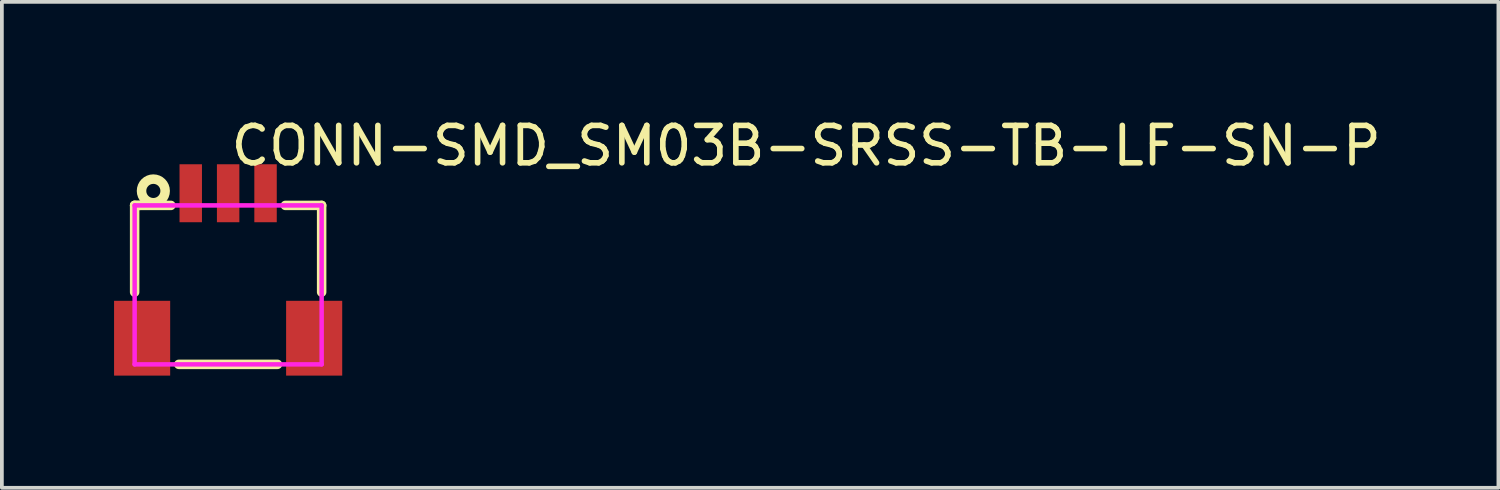
<source format=kicad_pcb>
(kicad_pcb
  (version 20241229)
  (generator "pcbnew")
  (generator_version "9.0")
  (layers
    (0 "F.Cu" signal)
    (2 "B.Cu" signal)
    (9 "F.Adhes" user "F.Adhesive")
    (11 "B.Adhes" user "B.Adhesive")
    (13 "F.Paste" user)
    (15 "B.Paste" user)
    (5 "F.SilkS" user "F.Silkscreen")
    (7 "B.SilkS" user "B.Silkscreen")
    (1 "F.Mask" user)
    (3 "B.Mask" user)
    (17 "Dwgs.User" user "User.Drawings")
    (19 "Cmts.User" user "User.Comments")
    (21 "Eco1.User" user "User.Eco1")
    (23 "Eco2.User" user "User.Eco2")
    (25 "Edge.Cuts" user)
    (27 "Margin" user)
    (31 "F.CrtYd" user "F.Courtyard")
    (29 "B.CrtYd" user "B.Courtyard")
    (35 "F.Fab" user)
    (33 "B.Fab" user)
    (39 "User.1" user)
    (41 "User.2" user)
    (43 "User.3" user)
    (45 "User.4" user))
  (footprint "CONN-SMD_SM03B-SRSS-TB-LF-SN-P"
    (layer "F.Cu")
    (at 3.05 4.055)
    (property "Reference" "CONN-SMD_SM03B-SRSS-TB-LF-SN-P" (at 0 -3.207 0) (layer "F.SilkS") (effects (font (size 1 1) (thickness 0.15)) (justify left)))
    (attr through_hole)
    (fp_line (start -2.5 -1.613) (end -2.5 0.706) (stroke (width 0.254) (type solid)) (layer "F.SilkS"))
    (fp_line (start -2.5 -1.613) (end -1.531 -1.613) (stroke (width 0.254) (type solid)) (layer "F.SilkS"))
    (fp_line (start -2.37 -1.613) (end -2.5 -1.613) (stroke (width 0.254) (type solid)) (layer "F.SilkS"))
    (fp_line (start -1.319 2.637) (end 1.319 2.637) (stroke (width 0.254) (type solid)) (layer "F.SilkS"))
    (fp_line (start 1.531 -1.613) (end 2.5 -1.613) (stroke (width 0.254) (type solid)) (layer "F.SilkS"))
    (fp_line (start 2.5 -1.613) (end 2.5 0.706) (stroke (width 0.254) (type solid)) (layer "F.SilkS"))
    (fp_circle (center -2 -2) (end -1.684 -2) (stroke (width 0.254) (type solid)) (fill no) (layer "F.SilkS"))
    (fp_circle (center -2.5 -2.313) (end -2.47 -2.313) (stroke (width 0.06) (type solid)) (fill no) (layer "Eco2.User"))
    (fp_poly (pts (xy -2.45 1.137) (xy -2.15 1.137) (xy -2.15 2.637) (xy -2.45 2.637)) (stroke (width 0.12) (type solid)) (fill no) (layer "Eco2.User"))
    (fp_poly (pts (xy -1.15 -2.313) (xy -0.85 -2.313) (xy -0.85 -1.313) (xy -1.15 -1.313)) (stroke (width 0.12) (type solid)) (fill no) (layer "Eco2.User"))
    (fp_poly (pts (xy -0.15 -2.313) (xy 0.15 -2.313) (xy 0.15 -1.313) (xy -0.15 -1.313)) (stroke (width 0.12) (type solid)) (fill no) (layer "Eco2.User"))
    (fp_poly (pts (xy 0.85 -2.313) (xy 1.15 -2.313) (xy 1.15 -1.313) (xy 0.85 -1.313)) (stroke (width 0.12) (type solid)) (fill no) (layer "Eco2.User"))
    (fp_poly (pts (xy 2.15 1.137) (xy 2.45 1.137) (xy 2.45 2.637) (xy 2.15 2.637)) (stroke (width 0.12) (type solid)) (fill no) (layer "Eco2.User"))
    (fp_line (start -2.5 -1.613) (end 2.5 -1.613) (stroke (width 0.12) (type solid)) (layer "F.CrtYd"))
    (fp_line (start -2.5 2.637) (end -2.5 -1.613) (stroke (width 0.12) (type solid)) (layer "F.CrtYd"))
    (fp_line (start 2.5 -1.613) (end 2.5 2.637) (stroke (width 0.12) (type solid)) (layer "F.CrtYd"))
    (fp_line (start 2.5 2.637) (end -2.5 2.637) (stroke (width 0.12) (type solid)) (layer "F.CrtYd"))
    (pad "1" smd rect (at -1 -1.938) (size 0.6 1.55) (layers "F.Cu" "F.Mask" "F.Paste"))
    (pad "2" smd rect (at 0 -1.938) (size 0.6 1.55) (layers "F.Cu" "F.Mask" "F.Paste"))
    (pad "3" smd rect (at 1 -1.938) (size 0.6 1.55) (layers "F.Cu" "F.Mask" "F.Paste"))
    (pad "4" smd rect (at 2.3 1.938) (size 1.5 2) (layers "F.Cu" "F.Mask" "F.Paste"))
    (pad "5" smd rect (at -2.3 1.938) (size 1.5 2) (layers "F.Cu" "F.Mask" "F.Paste")))
  (gr_rect
    (start -3 -3)
    (end 37.014 9.993)
    (stroke (width 0.1) (type default))
    (fill no)
    (layer "Edge.Cuts")))
</source>
